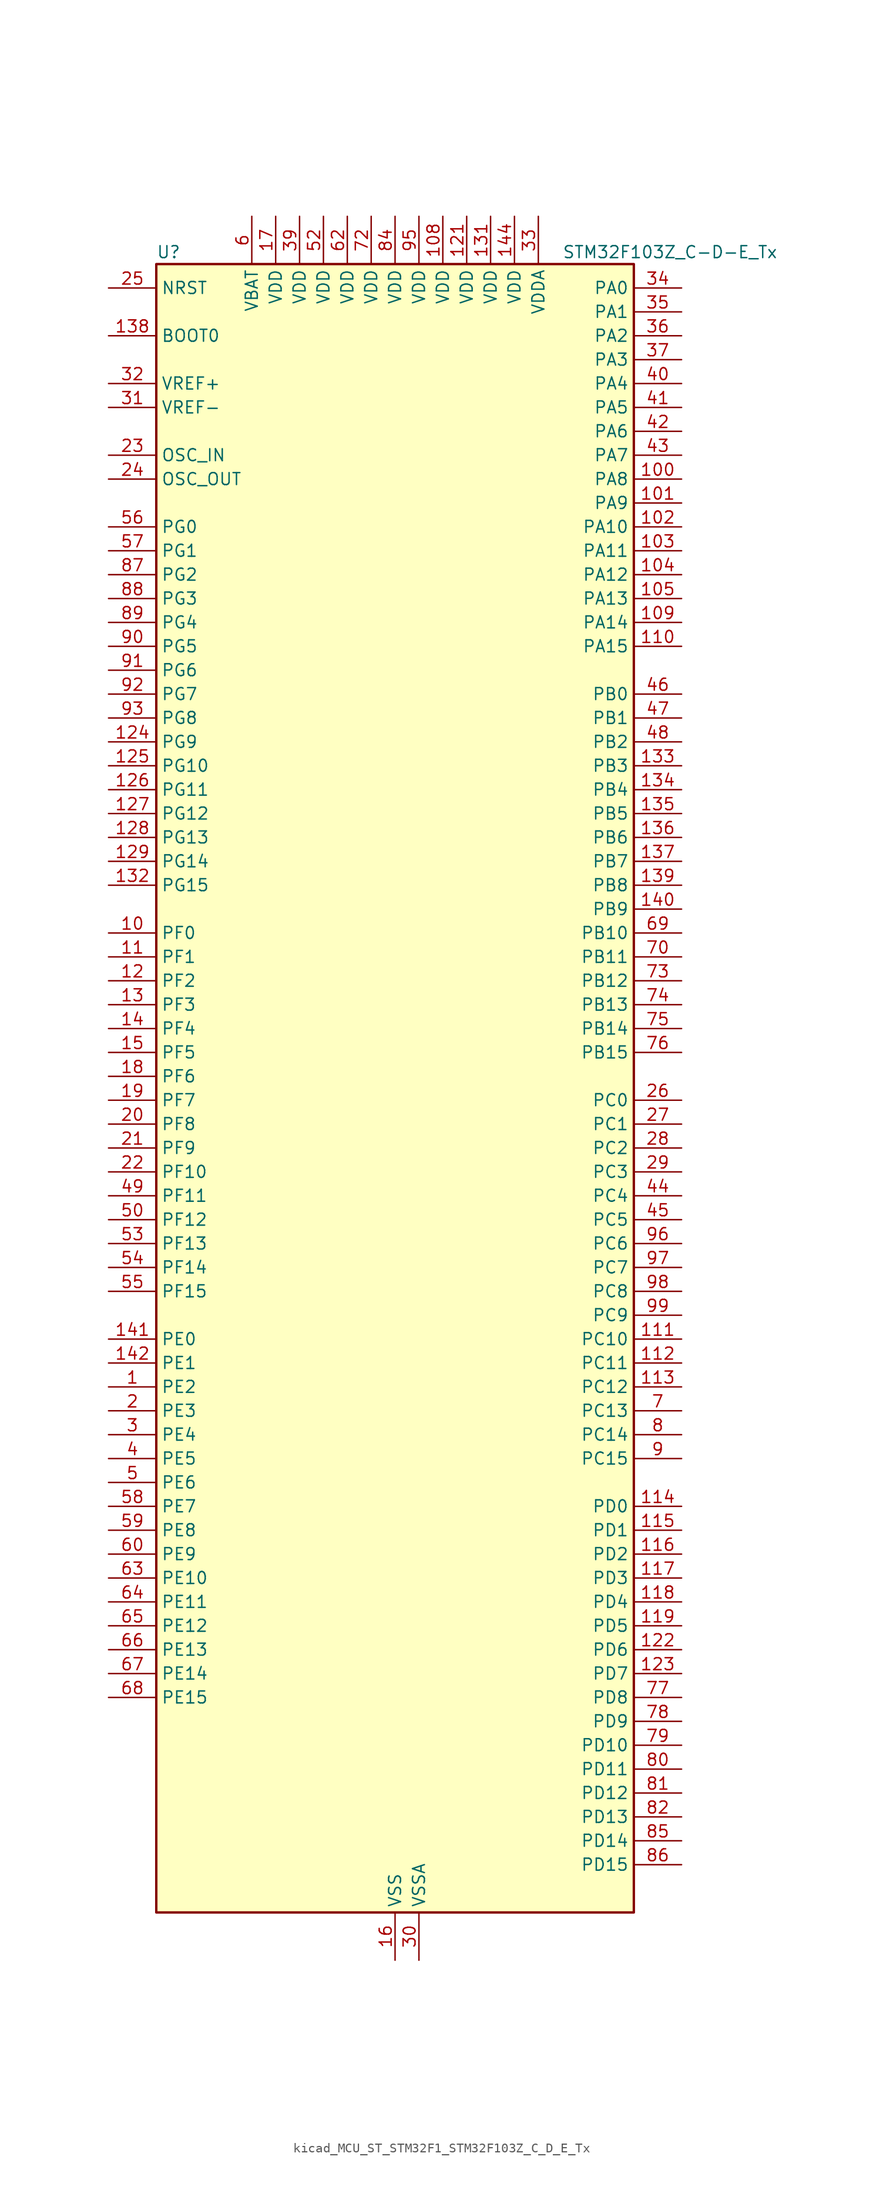
<source format=kicad_sym>
(kicad_symbol_lib
  (version 20220914)
  (generator kicad_symbol_editor)
  (symbol "kicad_MCU_ST_STM32F1_STM32F103Z_C_D_E_Tx"
    (property "Reference" "U"
      (at -25.4 90.17 0)
      (effects (font (size 1.27 1.27)) (justify left)))
    (property "Value" "STM32F103Z_C-D-E_Tx"
      (at 17.78 90.17 0)
      (effects (font (size 1.27 1.27)) (justify left)))
    (property "ki_locked" ""
      (at 0 0 0)
      (effects (font (size 1.27 1.27))))
    (symbol "kicad_MCU_ST_STM32F1_STM32F103Z_C_D_E_Tx_0_1"
      (rectangle (start -25.4 -86.36) (end 25.4 88.9) (stroke (width 0.254) (type default)) (fill (type background))))
    (symbol "kicad_MCU_ST_STM32F1_STM32F103Z_C_D_E_Tx_1_1"
      (pin bidirectional line (at -30.48 -30.48 0) (length 5.08) (name "PE2" (effects (font (size 1.27 1.27)))) (number "1" (effects (font (size 1.27 1.27)))) (alternate "FSMC_A23" bidirectional line) (alternate "SYS_TRACECLK" bidirectional line))
      (pin bidirectional line (at -30.48 17.78 0) (length 5.08) (name "PF0" (effects (font (size 1.27 1.27)))) (number "10" (effects (font (size 1.27 1.27)))) (alternate "FSMC_A0" bidirectional line))
      (pin bidirectional line (at 30.48 66.04 180) (length 5.08) (name "PA8" (effects (font (size 1.27 1.27)))) (number "100" (effects (font (size 1.27 1.27)))) (alternate "RCC_MCO" bidirectional line) (alternate "TIM1_CH1" bidirectional line) (alternate "USART1_CK" bidirectional line))
      (pin bidirectional line (at 30.48 63.5 180) (length 5.08) (name "PA9" (effects (font (size 1.27 1.27)))) (number "101" (effects (font (size 1.27 1.27)))) (alternate "DAC_EXTI9" bidirectional line) (alternate "TIM1_CH2" bidirectional line) (alternate "USART1_TX" bidirectional line))
      (pin bidirectional line (at 30.48 60.96 180) (length 5.08) (name "PA10" (effects (font (size 1.27 1.27)))) (number "102" (effects (font (size 1.27 1.27)))) (alternate "TIM1_CH3" bidirectional line) (alternate "USART1_RX" bidirectional line))
      (pin bidirectional line (at 30.48 58.42 180) (length 5.08) (name "PA11" (effects (font (size 1.27 1.27)))) (number "103" (effects (font (size 1.27 1.27)))) (alternate "ADC1_EXTI11" bidirectional line) (alternate "ADC2_EXTI11" bidirectional line) (alternate "CAN_RX" bidirectional line) (alternate "TIM1_CH4" bidirectional line) (alternate "USART1_CTS" bidirectional line) (alternate "USB_DM" bidirectional line))
      (pin bidirectional line (at 30.48 55.88 180) (length 5.08) (name "PA12" (effects (font (size 1.27 1.27)))) (number "104" (effects (font (size 1.27 1.27)))) (alternate "CAN_TX" bidirectional line) (alternate "TIM1_ETR" bidirectional line) (alternate "USART1_RTS" bidirectional line) (alternate "USB_DP" bidirectional line))
      (pin bidirectional line (at 30.48 53.34 180) (length 5.08) (name "PA13" (effects (font (size 1.27 1.27)))) (number "105" (effects (font (size 1.27 1.27)))) (alternate "SYS_JTMS-SWDIO" bidirectional line))
      (pin no_connect line (at -25.4 -86.36 0) (length 5.08) hide (name "NC" (effects (font (size 1.27 1.27)))) (number "106" (effects (font (size 1.27 1.27)))))
      (pin passive line (at 0 -91.44 90) (length 5.08) hide (name "VSS" (effects (font (size 1.27 1.27)))) (number "107" (effects (font (size 1.27 1.27)))))
      (pin power_in line (at 5.08 93.98 270) (length 5.08) (name "VDD" (effects (font (size 1.27 1.27)))) (number "108" (effects (font (size 1.27 1.27)))))
      (pin bidirectional line (at 30.48 50.8 180) (length 5.08) (name "PA14" (effects (font (size 1.27 1.27)))) (number "109" (effects (font (size 1.27 1.27)))) (alternate "SYS_JTCK-SWCLK" bidirectional line))
      (pin bidirectional line (at -30.48 15.24 0) (length 5.08) (name "PF1" (effects (font (size 1.27 1.27)))) (number "11" (effects (font (size 1.27 1.27)))) (alternate "FSMC_A1" bidirectional line))
      (pin bidirectional line (at 30.48 48.26 180) (length 5.08) (name "PA15" (effects (font (size 1.27 1.27)))) (number "110" (effects (font (size 1.27 1.27)))) (alternate "ADC1_EXTI15" bidirectional line) (alternate "ADC2_EXTI15" bidirectional line) (alternate "I2S3_WS" bidirectional line) (alternate "SPI1_NSS" bidirectional line) (alternate "SPI3_NSS" bidirectional line) (alternate "SYS_JTDI" bidirectional line) (alternate "TIM2_CH1" bidirectional line) (alternate "TIM2_ETR" bidirectional line))
      (pin bidirectional line (at 30.48 -25.4 180) (length 5.08) (name "PC10" (effects (font (size 1.27 1.27)))) (number "111" (effects (font (size 1.27 1.27)))) (alternate "SDIO_D2" bidirectional line) (alternate "UART4_TX" bidirectional line) (alternate "USART3_TX" bidirectional line))
      (pin bidirectional line (at 30.48 -27.94 180) (length 5.08) (name "PC11" (effects (font (size 1.27 1.27)))) (number "112" (effects (font (size 1.27 1.27)))) (alternate "ADC1_EXTI11" bidirectional line) (alternate "ADC2_EXTI11" bidirectional line) (alternate "SDIO_D3" bidirectional line) (alternate "UART4_RX" bidirectional line) (alternate "USART3_RX" bidirectional line))
      (pin bidirectional line (at 30.48 -30.48 180) (length 5.08) (name "PC12" (effects (font (size 1.27 1.27)))) (number "113" (effects (font (size 1.27 1.27)))) (alternate "SDIO_CK" bidirectional line) (alternate "UART5_TX" bidirectional line) (alternate "USART3_CK" bidirectional line))
      (pin bidirectional line (at 30.48 -43.18 180) (length 5.08) (name "PD0" (effects (font (size 1.27 1.27)))) (number "114" (effects (font (size 1.27 1.27)))) (alternate "CAN_RX" bidirectional line) (alternate "FSMC_D2" bidirectional line) (alternate "FSMC_DA2" bidirectional line))
      (pin bidirectional line (at 30.48 -45.72 180) (length 5.08) (name "PD1" (effects (font (size 1.27 1.27)))) (number "115" (effects (font (size 1.27 1.27)))) (alternate "CAN_TX" bidirectional line) (alternate "FSMC_D3" bidirectional line) (alternate "FSMC_DA3" bidirectional line))
      (pin bidirectional line (at 30.48 -48.26 180) (length 5.08) (name "PD2" (effects (font (size 1.27 1.27)))) (number "116" (effects (font (size 1.27 1.27)))) (alternate "SDIO_CMD" bidirectional line) (alternate "TIM3_ETR" bidirectional line) (alternate "UART5_RX" bidirectional line))
      (pin bidirectional line (at 30.48 -50.8 180) (length 5.08) (name "PD3" (effects (font (size 1.27 1.27)))) (number "117" (effects (font (size 1.27 1.27)))) (alternate "FSMC_CLK" bidirectional line) (alternate "USART2_CTS" bidirectional line))
      (pin bidirectional line (at 30.48 -53.34 180) (length 5.08) (name "PD4" (effects (font (size 1.27 1.27)))) (number "118" (effects (font (size 1.27 1.27)))) (alternate "FSMC_NOE" bidirectional line) (alternate "USART2_RTS" bidirectional line))
      (pin bidirectional line (at 30.48 -55.88 180) (length 5.08) (name "PD5" (effects (font (size 1.27 1.27)))) (number "119" (effects (font (size 1.27 1.27)))) (alternate "FSMC_NWE" bidirectional line) (alternate "USART2_TX" bidirectional line))
      (pin bidirectional line (at -30.48 12.7 0) (length 5.08) (name "PF2" (effects (font (size 1.27 1.27)))) (number "12" (effects (font (size 1.27 1.27)))) (alternate "FSMC_A2" bidirectional line))
      (pin passive line (at 0 -91.44 90) (length 5.08) hide (name "VSS" (effects (font (size 1.27 1.27)))) (number "120" (effects (font (size 1.27 1.27)))))
      (pin power_in line (at 7.62 93.98 270) (length 5.08) (name "VDD" (effects (font (size 1.27 1.27)))) (number "121" (effects (font (size 1.27 1.27)))))
      (pin bidirectional line (at 30.48 -58.42 180) (length 5.08) (name "PD6" (effects (font (size 1.27 1.27)))) (number "122" (effects (font (size 1.27 1.27)))) (alternate "FSMC_NWAIT" bidirectional line) (alternate "USART2_RX" bidirectional line))
      (pin bidirectional line (at 30.48 -60.96 180) (length 5.08) (name "PD7" (effects (font (size 1.27 1.27)))) (number "123" (effects (font (size 1.27 1.27)))) (alternate "FSMC_NCE2" bidirectional line) (alternate "FSMC_NE1" bidirectional line) (alternate "USART2_CK" bidirectional line))
      (pin bidirectional line (at -30.48 38.1 0) (length 5.08) (name "PG9" (effects (font (size 1.27 1.27)))) (number "124" (effects (font (size 1.27 1.27)))) (alternate "DAC_EXTI9" bidirectional line) (alternate "FSMC_NCE3" bidirectional line) (alternate "FSMC_NE2" bidirectional line))
      (pin bidirectional line (at -30.48 35.56 0) (length 5.08) (name "PG10" (effects (font (size 1.27 1.27)))) (number "125" (effects (font (size 1.27 1.27)))) (alternate "FSMC_NCE4_1" bidirectional line) (alternate "FSMC_NE3" bidirectional line))
      (pin bidirectional line (at -30.48 33.02 0) (length 5.08) (name "PG11" (effects (font (size 1.27 1.27)))) (number "126" (effects (font (size 1.27 1.27)))) (alternate "ADC1_EXTI11" bidirectional line) (alternate "ADC2_EXTI11" bidirectional line) (alternate "FSMC_NCE4_2" bidirectional line))
      (pin bidirectional line (at -30.48 30.48 0) (length 5.08) (name "PG12" (effects (font (size 1.27 1.27)))) (number "127" (effects (font (size 1.27 1.27)))) (alternate "FSMC_NE4" bidirectional line))
      (pin bidirectional line (at -30.48 27.94 0) (length 5.08) (name "PG13" (effects (font (size 1.27 1.27)))) (number "128" (effects (font (size 1.27 1.27)))) (alternate "FSMC_A24" bidirectional line))
      (pin bidirectional line (at -30.48 25.4 0) (length 5.08) (name "PG14" (effects (font (size 1.27 1.27)))) (number "129" (effects (font (size 1.27 1.27)))) (alternate "FSMC_A25" bidirectional line))
      (pin bidirectional line (at -30.48 10.16 0) (length 5.08) (name "PF3" (effects (font (size 1.27 1.27)))) (number "13" (effects (font (size 1.27 1.27)))) (alternate "FSMC_A3" bidirectional line))
      (pin passive line (at 0 -91.44 90) (length 5.08) hide (name "VSS" (effects (font (size 1.27 1.27)))) (number "130" (effects (font (size 1.27 1.27)))))
      (pin power_in line (at 10.16 93.98 270) (length 5.08) (name "VDD" (effects (font (size 1.27 1.27)))) (number "131" (effects (font (size 1.27 1.27)))))
      (pin bidirectional line (at -30.48 22.86 0) (length 5.08) (name "PG15" (effects (font (size 1.27 1.27)))) (number "132" (effects (font (size 1.27 1.27)))) (alternate "ADC1_EXTI15" bidirectional line) (alternate "ADC2_EXTI15" bidirectional line))
      (pin bidirectional line (at 30.48 35.56 180) (length 5.08) (name "PB3" (effects (font (size 1.27 1.27)))) (number "133" (effects (font (size 1.27 1.27)))) (alternate "I2S3_CK" bidirectional line) (alternate "SPI1_SCK" bidirectional line) (alternate "SPI3_SCK" bidirectional line) (alternate "SYS_JTDO-TRACESWO" bidirectional line) (alternate "TIM2_CH2" bidirectional line))
      (pin bidirectional line (at 30.48 33.02 180) (length 5.08) (name "PB4" (effects (font (size 1.27 1.27)))) (number "134" (effects (font (size 1.27 1.27)))) (alternate "SPI1_MISO" bidirectional line) (alternate "SPI3_MISO" bidirectional line) (alternate "SYS_NJTRST" bidirectional line) (alternate "TIM3_CH1" bidirectional line))
      (pin bidirectional line (at 30.48 30.48 180) (length 5.08) (name "PB5" (effects (font (size 1.27 1.27)))) (number "135" (effects (font (size 1.27 1.27)))) (alternate "I2C1_SMBA" bidirectional line) (alternate "I2S3_SD" bidirectional line) (alternate "SPI1_MOSI" bidirectional line) (alternate "SPI3_MOSI" bidirectional line) (alternate "TIM3_CH2" bidirectional line))
      (pin bidirectional line (at 30.48 27.94 180) (length 5.08) (name "PB6" (effects (font (size 1.27 1.27)))) (number "136" (effects (font (size 1.27 1.27)))) (alternate "I2C1_SCL" bidirectional line) (alternate "TIM4_CH1" bidirectional line) (alternate "USART1_TX" bidirectional line))
      (pin bidirectional line (at 30.48 25.4 180) (length 5.08) (name "PB7" (effects (font (size 1.27 1.27)))) (number "137" (effects (font (size 1.27 1.27)))) (alternate "FSMC_NL" bidirectional line) (alternate "I2C1_SDA" bidirectional line) (alternate "TIM4_CH2" bidirectional line) (alternate "USART1_RX" bidirectional line))
      (pin input line (at -30.48 81.28 0) (length 5.08) (name "BOOT0" (effects (font (size 1.27 1.27)))) (number "138" (effects (font (size 1.27 1.27)))))
      (pin bidirectional line (at 30.48 22.86 180) (length 5.08) (name "PB8" (effects (font (size 1.27 1.27)))) (number "139" (effects (font (size 1.27 1.27)))) (alternate "CAN_RX" bidirectional line) (alternate "I2C1_SCL" bidirectional line) (alternate "SDIO_D4" bidirectional line) (alternate "TIM4_CH3" bidirectional line))
      (pin bidirectional line (at -30.48 7.62 0) (length 5.08) (name "PF4" (effects (font (size 1.27 1.27)))) (number "14" (effects (font (size 1.27 1.27)))) (alternate "FSMC_A4" bidirectional line))
      (pin bidirectional line (at 30.48 20.32 180) (length 5.08) (name "PB9" (effects (font (size 1.27 1.27)))) (number "140" (effects (font (size 1.27 1.27)))) (alternate "CAN_TX" bidirectional line) (alternate "DAC_EXTI9" bidirectional line) (alternate "I2C1_SDA" bidirectional line) (alternate "SDIO_D5" bidirectional line) (alternate "TIM4_CH4" bidirectional line))
      (pin bidirectional line (at -30.48 -25.4 0) (length 5.08) (name "PE0" (effects (font (size 1.27 1.27)))) (number "141" (effects (font (size 1.27 1.27)))) (alternate "FSMC_NBL0" bidirectional line) (alternate "TIM4_ETR" bidirectional line))
      (pin bidirectional line (at -30.48 -27.94 0) (length 5.08) (name "PE1" (effects (font (size 1.27 1.27)))) (number "142" (effects (font (size 1.27 1.27)))) (alternate "FSMC_NBL1" bidirectional line))
      (pin passive line (at 0 -91.44 90) (length 5.08) hide (name "VSS" (effects (font (size 1.27 1.27)))) (number "143" (effects (font (size 1.27 1.27)))))
      (pin power_in line (at 12.7 93.98 270) (length 5.08) (name "VDD" (effects (font (size 1.27 1.27)))) (number "144" (effects (font (size 1.27 1.27)))))
      (pin bidirectional line (at -30.48 5.08 0) (length 5.08) (name "PF5" (effects (font (size 1.27 1.27)))) (number "15" (effects (font (size 1.27 1.27)))) (alternate "FSMC_A5" bidirectional line))
      (pin power_in line (at 0 -91.44 90) (length 5.08) (name "VSS" (effects (font (size 1.27 1.27)))) (number "16" (effects (font (size 1.27 1.27)))))
      (pin power_in line (at -12.7 93.98 270) (length 5.08) (name "VDD" (effects (font (size 1.27 1.27)))) (number "17" (effects (font (size 1.27 1.27)))))
      (pin bidirectional line (at -30.48 2.54 0) (length 5.08) (name "PF6" (effects (font (size 1.27 1.27)))) (number "18" (effects (font (size 1.27 1.27)))) (alternate "ADC3_IN4" bidirectional line) (alternate "FSMC_NIORD" bidirectional line))
      (pin bidirectional line (at -30.48 0 0) (length 5.08) (name "PF7" (effects (font (size 1.27 1.27)))) (number "19" (effects (font (size 1.27 1.27)))) (alternate "ADC3_IN5" bidirectional line) (alternate "FSMC_NREG" bidirectional line))
      (pin bidirectional line (at -30.48 -33.02 0) (length 5.08) (name "PE3" (effects (font (size 1.27 1.27)))) (number "2" (effects (font (size 1.27 1.27)))) (alternate "FSMC_A19" bidirectional line) (alternate "SYS_TRACED0" bidirectional line))
      (pin bidirectional line (at -30.48 -2.54 0) (length 5.08) (name "PF8" (effects (font (size 1.27 1.27)))) (number "20" (effects (font (size 1.27 1.27)))) (alternate "ADC3_IN6" bidirectional line) (alternate "FSMC_NIOWR" bidirectional line))
      (pin bidirectional line (at -30.48 -5.08 0) (length 5.08) (name "PF9" (effects (font (size 1.27 1.27)))) (number "21" (effects (font (size 1.27 1.27)))) (alternate "ADC3_IN7" bidirectional line) (alternate "DAC_EXTI9" bidirectional line) (alternate "FSMC_CD" bidirectional line))
      (pin bidirectional line (at -30.48 -7.62 0) (length 5.08) (name "PF10" (effects (font (size 1.27 1.27)))) (number "22" (effects (font (size 1.27 1.27)))) (alternate "ADC3_IN8" bidirectional line) (alternate "FSMC_INTR" bidirectional line))
      (pin input line (at -30.48 68.58 0) (length 5.08) (name "OSC_IN" (effects (font (size 1.27 1.27)))) (number "23" (effects (font (size 1.27 1.27)))) (alternate "RCC_OSC_IN" bidirectional line))
      (pin input line (at -30.48 66.04 0) (length 5.08) (name "OSC_OUT" (effects (font (size 1.27 1.27)))) (number "24" (effects (font (size 1.27 1.27)))) (alternate "RCC_OSC_OUT" bidirectional line))
      (pin input line (at -30.48 86.36 0) (length 5.08) (name "NRST" (effects (font (size 1.27 1.27)))) (number "25" (effects (font (size 1.27 1.27)))))
      (pin bidirectional line (at 30.48 0 180) (length 5.08) (name "PC0" (effects (font (size 1.27 1.27)))) (number "26" (effects (font (size 1.27 1.27)))) (alternate "ADC1_IN10" bidirectional line) (alternate "ADC2_IN10" bidirectional line) (alternate "ADC3_IN10" bidirectional line))
      (pin bidirectional line (at 30.48 -2.54 180) (length 5.08) (name "PC1" (effects (font (size 1.27 1.27)))) (number "27" (effects (font (size 1.27 1.27)))) (alternate "ADC1_IN11" bidirectional line) (alternate "ADC2_IN11" bidirectional line) (alternate "ADC3_IN11" bidirectional line))
      (pin bidirectional line (at 30.48 -5.08 180) (length 5.08) (name "PC2" (effects (font (size 1.27 1.27)))) (number "28" (effects (font (size 1.27 1.27)))) (alternate "ADC1_IN12" bidirectional line) (alternate "ADC2_IN12" bidirectional line) (alternate "ADC3_IN12" bidirectional line))
      (pin bidirectional line (at 30.48 -7.62 180) (length 5.08) (name "PC3" (effects (font (size 1.27 1.27)))) (number "29" (effects (font (size 1.27 1.27)))) (alternate "ADC1_IN13" bidirectional line) (alternate "ADC2_IN13" bidirectional line) (alternate "ADC3_IN13" bidirectional line))
      (pin bidirectional line (at -30.48 -35.56 0) (length 5.08) (name "PE4" (effects (font (size 1.27 1.27)))) (number "3" (effects (font (size 1.27 1.27)))) (alternate "FSMC_A20" bidirectional line) (alternate "SYS_TRACED1" bidirectional line))
      (pin power_in line (at 2.54 -91.44 90) (length 5.08) (name "VSSA" (effects (font (size 1.27 1.27)))) (number "30" (effects (font (size 1.27 1.27)))))
      (pin input line (at -30.48 73.66 0) (length 5.08) (name "VREF-" (effects (font (size 1.27 1.27)))) (number "31" (effects (font (size 1.27 1.27)))))
      (pin input line (at -30.48 76.2 0) (length 5.08) (name "VREF+" (effects (font (size 1.27 1.27)))) (number "32" (effects (font (size 1.27 1.27)))))
      (pin power_in line (at 15.24 93.98 270) (length 5.08) (name "VDDA" (effects (font (size 1.27 1.27)))) (number "33" (effects (font (size 1.27 1.27)))))
      (pin bidirectional line (at 30.48 86.36 180) (length 5.08) (name "PA0" (effects (font (size 1.27 1.27)))) (number "34" (effects (font (size 1.27 1.27)))) (alternate "ADC1_IN0" bidirectional line) (alternate "ADC2_IN0" bidirectional line) (alternate "ADC3_IN0" bidirectional line) (alternate "SYS_WKUP" bidirectional line) (alternate "TIM2_CH1" bidirectional line) (alternate "TIM2_ETR" bidirectional line) (alternate "TIM5_CH1" bidirectional line) (alternate "TIM8_ETR" bidirectional line) (alternate "USART2_CTS" bidirectional line))
      (pin bidirectional line (at 30.48 83.82 180) (length 5.08) (name "PA1" (effects (font (size 1.27 1.27)))) (number "35" (effects (font (size 1.27 1.27)))) (alternate "ADC1_IN1" bidirectional line) (alternate "ADC2_IN1" bidirectional line) (alternate "ADC3_IN1" bidirectional line) (alternate "TIM2_CH2" bidirectional line) (alternate "TIM5_CH2" bidirectional line) (alternate "USART2_RTS" bidirectional line))
      (pin bidirectional line (at 30.48 81.28 180) (length 5.08) (name "PA2" (effects (font (size 1.27 1.27)))) (number "36" (effects (font (size 1.27 1.27)))) (alternate "ADC1_IN2" bidirectional line) (alternate "ADC2_IN2" bidirectional line) (alternate "ADC3_IN2" bidirectional line) (alternate "TIM2_CH3" bidirectional line) (alternate "TIM5_CH3" bidirectional line) (alternate "USART2_TX" bidirectional line))
      (pin bidirectional line (at 30.48 78.74 180) (length 5.08) (name "PA3" (effects (font (size 1.27 1.27)))) (number "37" (effects (font (size 1.27 1.27)))) (alternate "ADC1_IN3" bidirectional line) (alternate "ADC2_IN3" bidirectional line) (alternate "ADC3_IN3" bidirectional line) (alternate "TIM2_CH4" bidirectional line) (alternate "TIM5_CH4" bidirectional line) (alternate "USART2_RX" bidirectional line))
      (pin passive line (at 0 -91.44 90) (length 5.08) hide (name "VSS" (effects (font (size 1.27 1.27)))) (number "38" (effects (font (size 1.27 1.27)))))
      (pin power_in line (at -10.16 93.98 270) (length 5.08) (name "VDD" (effects (font (size 1.27 1.27)))) (number "39" (effects (font (size 1.27 1.27)))))
      (pin bidirectional line (at -30.48 -38.1 0) (length 5.08) (name "PE5" (effects (font (size 1.27 1.27)))) (number "4" (effects (font (size 1.27 1.27)))) (alternate "FSMC_A21" bidirectional line) (alternate "SYS_TRACED2" bidirectional line))
      (pin bidirectional line (at 30.48 76.2 180) (length 5.08) (name "PA4" (effects (font (size 1.27 1.27)))) (number "40" (effects (font (size 1.27 1.27)))) (alternate "ADC1_IN4" bidirectional line) (alternate "ADC2_IN4" bidirectional line) (alternate "DAC_OUT1" bidirectional line) (alternate "SPI1_NSS" bidirectional line) (alternate "USART2_CK" bidirectional line))
      (pin bidirectional line (at 30.48 73.66 180) (length 5.08) (name "PA5" (effects (font (size 1.27 1.27)))) (number "41" (effects (font (size 1.27 1.27)))) (alternate "ADC1_IN5" bidirectional line) (alternate "ADC2_IN5" bidirectional line) (alternate "DAC_OUT2" bidirectional line) (alternate "SPI1_SCK" bidirectional line))
      (pin bidirectional line (at 30.48 71.12 180) (length 5.08) (name "PA6" (effects (font (size 1.27 1.27)))) (number "42" (effects (font (size 1.27 1.27)))) (alternate "ADC1_IN6" bidirectional line) (alternate "ADC2_IN6" bidirectional line) (alternate "SPI1_MISO" bidirectional line) (alternate "TIM1_BKIN" bidirectional line) (alternate "TIM3_CH1" bidirectional line) (alternate "TIM8_BKIN" bidirectional line))
      (pin bidirectional line (at 30.48 68.58 180) (length 5.08) (name "PA7" (effects (font (size 1.27 1.27)))) (number "43" (effects (font (size 1.27 1.27)))) (alternate "ADC1_IN7" bidirectional line) (alternate "ADC2_IN7" bidirectional line) (alternate "SPI1_MOSI" bidirectional line) (alternate "TIM1_CH1N" bidirectional line) (alternate "TIM3_CH2" bidirectional line) (alternate "TIM8_CH1N" bidirectional line))
      (pin bidirectional line (at 30.48 -10.16 180) (length 5.08) (name "PC4" (effects (font (size 1.27 1.27)))) (number "44" (effects (font (size 1.27 1.27)))) (alternate "ADC1_IN14" bidirectional line) (alternate "ADC2_IN14" bidirectional line))
      (pin bidirectional line (at 30.48 -12.7 180) (length 5.08) (name "PC5" (effects (font (size 1.27 1.27)))) (number "45" (effects (font (size 1.27 1.27)))) (alternate "ADC1_IN15" bidirectional line) (alternate "ADC2_IN15" bidirectional line))
      (pin bidirectional line (at 30.48 43.18 180) (length 5.08) (name "PB0" (effects (font (size 1.27 1.27)))) (number "46" (effects (font (size 1.27 1.27)))) (alternate "ADC1_IN8" bidirectional line) (alternate "ADC2_IN8" bidirectional line) (alternate "TIM1_CH2N" bidirectional line) (alternate "TIM3_CH3" bidirectional line) (alternate "TIM8_CH2N" bidirectional line))
      (pin bidirectional line (at 30.48 40.64 180) (length 5.08) (name "PB1" (effects (font (size 1.27 1.27)))) (number "47" (effects (font (size 1.27 1.27)))) (alternate "ADC1_IN9" bidirectional line) (alternate "ADC2_IN9" bidirectional line) (alternate "TIM1_CH3N" bidirectional line) (alternate "TIM3_CH4" bidirectional line) (alternate "TIM8_CH3N" bidirectional line))
      (pin bidirectional line (at 30.48 38.1 180) (length 5.08) (name "PB2" (effects (font (size 1.27 1.27)))) (number "48" (effects (font (size 1.27 1.27)))))
      (pin bidirectional line (at -30.48 -10.16 0) (length 5.08) (name "PF11" (effects (font (size 1.27 1.27)))) (number "49" (effects (font (size 1.27 1.27)))) (alternate "ADC1_EXTI11" bidirectional line) (alternate "ADC2_EXTI11" bidirectional line) (alternate "FSMC_NIOS16" bidirectional line))
      (pin bidirectional line (at -30.48 -40.64 0) (length 5.08) (name "PE6" (effects (font (size 1.27 1.27)))) (number "5" (effects (font (size 1.27 1.27)))) (alternate "FSMC_A22" bidirectional line) (alternate "SYS_TRACED3" bidirectional line))
      (pin bidirectional line (at -30.48 -12.7 0) (length 5.08) (name "PF12" (effects (font (size 1.27 1.27)))) (number "50" (effects (font (size 1.27 1.27)))) (alternate "FSMC_A6" bidirectional line))
      (pin passive line (at 0 -91.44 90) (length 5.08) hide (name "VSS" (effects (font (size 1.27 1.27)))) (number "51" (effects (font (size 1.27 1.27)))))
      (pin power_in line (at -7.62 93.98 270) (length 5.08) (name "VDD" (effects (font (size 1.27 1.27)))) (number "52" (effects (font (size 1.27 1.27)))))
      (pin bidirectional line (at -30.48 -15.24 0) (length 5.08) (name "PF13" (effects (font (size 1.27 1.27)))) (number "53" (effects (font (size 1.27 1.27)))) (alternate "FSMC_A7" bidirectional line))
      (pin bidirectional line (at -30.48 -17.78 0) (length 5.08) (name "PF14" (effects (font (size 1.27 1.27)))) (number "54" (effects (font (size 1.27 1.27)))) (alternate "FSMC_A8" bidirectional line))
      (pin bidirectional line (at -30.48 -20.32 0) (length 5.08) (name "PF15" (effects (font (size 1.27 1.27)))) (number "55" (effects (font (size 1.27 1.27)))) (alternate "ADC1_EXTI15" bidirectional line) (alternate "ADC2_EXTI15" bidirectional line) (alternate "FSMC_A9" bidirectional line))
      (pin bidirectional line (at -30.48 60.96 0) (length 5.08) (name "PG0" (effects (font (size 1.27 1.27)))) (number "56" (effects (font (size 1.27 1.27)))) (alternate "FSMC_A10" bidirectional line))
      (pin bidirectional line (at -30.48 58.42 0) (length 5.08) (name "PG1" (effects (font (size 1.27 1.27)))) (number "57" (effects (font (size 1.27 1.27)))) (alternate "FSMC_A11" bidirectional line))
      (pin bidirectional line (at -30.48 -43.18 0) (length 5.08) (name "PE7" (effects (font (size 1.27 1.27)))) (number "58" (effects (font (size 1.27 1.27)))) (alternate "FSMC_D4" bidirectional line) (alternate "FSMC_DA4" bidirectional line) (alternate "TIM1_ETR" bidirectional line))
      (pin bidirectional line (at -30.48 -45.72 0) (length 5.08) (name "PE8" (effects (font (size 1.27 1.27)))) (number "59" (effects (font (size 1.27 1.27)))) (alternate "FSMC_D5" bidirectional line) (alternate "FSMC_DA5" bidirectional line) (alternate "TIM1_CH1N" bidirectional line))
      (pin power_in line (at -15.24 93.98 270) (length 5.08) (name "VBAT" (effects (font (size 1.27 1.27)))) (number "6" (effects (font (size 1.27 1.27)))))
      (pin bidirectional line (at -30.48 -48.26 0) (length 5.08) (name "PE9" (effects (font (size 1.27 1.27)))) (number "60" (effects (font (size 1.27 1.27)))) (alternate "DAC_EXTI9" bidirectional line) (alternate "FSMC_D6" bidirectional line) (alternate "FSMC_DA6" bidirectional line) (alternate "TIM1_CH1" bidirectional line))
      (pin passive line (at 0 -91.44 90) (length 5.08) hide (name "VSS" (effects (font (size 1.27 1.27)))) (number "61" (effects (font (size 1.27 1.27)))))
      (pin power_in line (at -5.08 93.98 270) (length 5.08) (name "VDD" (effects (font (size 1.27 1.27)))) (number "62" (effects (font (size 1.27 1.27)))))
      (pin bidirectional line (at -30.48 -50.8 0) (length 5.08) (name "PE10" (effects (font (size 1.27 1.27)))) (number "63" (effects (font (size 1.27 1.27)))) (alternate "FSMC_D7" bidirectional line) (alternate "FSMC_DA7" bidirectional line) (alternate "TIM1_CH2N" bidirectional line))
      (pin bidirectional line (at -30.48 -53.34 0) (length 5.08) (name "PE11" (effects (font (size 1.27 1.27)))) (number "64" (effects (font (size 1.27 1.27)))) (alternate "ADC1_EXTI11" bidirectional line) (alternate "ADC2_EXTI11" bidirectional line) (alternate "FSMC_D8" bidirectional line) (alternate "FSMC_DA8" bidirectional line) (alternate "TIM1_CH2" bidirectional line))
      (pin bidirectional line (at -30.48 -55.88 0) (length 5.08) (name "PE12" (effects (font (size 1.27 1.27)))) (number "65" (effects (font (size 1.27 1.27)))) (alternate "FSMC_D9" bidirectional line) (alternate "FSMC_DA9" bidirectional line) (alternate "TIM1_CH3N" bidirectional line))
      (pin bidirectional line (at -30.48 -58.42 0) (length 5.08) (name "PE13" (effects (font (size 1.27 1.27)))) (number "66" (effects (font (size 1.27 1.27)))) (alternate "FSMC_D10" bidirectional line) (alternate "FSMC_DA10" bidirectional line) (alternate "TIM1_CH3" bidirectional line))
      (pin bidirectional line (at -30.48 -60.96 0) (length 5.08) (name "PE14" (effects (font (size 1.27 1.27)))) (number "67" (effects (font (size 1.27 1.27)))) (alternate "FSMC_D11" bidirectional line) (alternate "FSMC_DA11" bidirectional line) (alternate "TIM1_CH4" bidirectional line))
      (pin bidirectional line (at -30.48 -63.5 0) (length 5.08) (name "PE15" (effects (font (size 1.27 1.27)))) (number "68" (effects (font (size 1.27 1.27)))) (alternate "ADC1_EXTI15" bidirectional line) (alternate "ADC2_EXTI15" bidirectional line) (alternate "FSMC_D12" bidirectional line) (alternate "FSMC_DA12" bidirectional line) (alternate "TIM1_BKIN" bidirectional line))
      (pin bidirectional line (at 30.48 17.78 180) (length 5.08) (name "PB10" (effects (font (size 1.27 1.27)))) (number "69" (effects (font (size 1.27 1.27)))) (alternate "I2C2_SCL" bidirectional line) (alternate "TIM2_CH3" bidirectional line) (alternate "USART3_TX" bidirectional line))
      (pin bidirectional line (at 30.48 -33.02 180) (length 5.08) (name "PC13" (effects (font (size 1.27 1.27)))) (number "7" (effects (font (size 1.27 1.27)))) (alternate "RTC_OUT" bidirectional line) (alternate "RTC_TAMPER" bidirectional line))
      (pin bidirectional line (at 30.48 15.24 180) (length 5.08) (name "PB11" (effects (font (size 1.27 1.27)))) (number "70" (effects (font (size 1.27 1.27)))) (alternate "ADC1_EXTI11" bidirectional line) (alternate "ADC2_EXTI11" bidirectional line) (alternate "I2C2_SDA" bidirectional line) (alternate "TIM2_CH4" bidirectional line) (alternate "USART3_RX" bidirectional line))
      (pin passive line (at 0 -91.44 90) (length 5.08) hide (name "VSS" (effects (font (size 1.27 1.27)))) (number "71" (effects (font (size 1.27 1.27)))))
      (pin power_in line (at -2.54 93.98 270) (length 5.08) (name "VDD" (effects (font (size 1.27 1.27)))) (number "72" (effects (font (size 1.27 1.27)))))
      (pin bidirectional line (at 30.48 12.7 180) (length 5.08) (name "PB12" (effects (font (size 1.27 1.27)))) (number "73" (effects (font (size 1.27 1.27)))) (alternate "I2C2_SMBA" bidirectional line) (alternate "I2S2_WS" bidirectional line) (alternate "SPI2_NSS" bidirectional line) (alternate "TIM1_BKIN" bidirectional line) (alternate "USART3_CK" bidirectional line))
      (pin bidirectional line (at 30.48 10.16 180) (length 5.08) (name "PB13" (effects (font (size 1.27 1.27)))) (number "74" (effects (font (size 1.27 1.27)))) (alternate "I2S2_CK" bidirectional line) (alternate "SPI2_SCK" bidirectional line) (alternate "TIM1_CH1N" bidirectional line) (alternate "USART3_CTS" bidirectional line))
      (pin bidirectional line (at 30.48 7.62 180) (length 5.08) (name "PB14" (effects (font (size 1.27 1.27)))) (number "75" (effects (font (size 1.27 1.27)))) (alternate "SPI2_MISO" bidirectional line) (alternate "TIM1_CH2N" bidirectional line) (alternate "USART3_RTS" bidirectional line))
      (pin bidirectional line (at 30.48 5.08 180) (length 5.08) (name "PB15" (effects (font (size 1.27 1.27)))) (number "76" (effects (font (size 1.27 1.27)))) (alternate "ADC1_EXTI15" bidirectional line) (alternate "ADC2_EXTI15" bidirectional line) (alternate "I2S2_SD" bidirectional line) (alternate "SPI2_MOSI" bidirectional line) (alternate "TIM1_CH3N" bidirectional line))
      (pin bidirectional line (at 30.48 -63.5 180) (length 5.08) (name "PD8" (effects (font (size 1.27 1.27)))) (number "77" (effects (font (size 1.27 1.27)))) (alternate "FSMC_D13" bidirectional line) (alternate "FSMC_DA13" bidirectional line) (alternate "USART3_TX" bidirectional line))
      (pin bidirectional line (at 30.48 -66.04 180) (length 5.08) (name "PD9" (effects (font (size 1.27 1.27)))) (number "78" (effects (font (size 1.27 1.27)))) (alternate "DAC_EXTI9" bidirectional line) (alternate "FSMC_D14" bidirectional line) (alternate "FSMC_DA14" bidirectional line) (alternate "USART3_RX" bidirectional line))
      (pin bidirectional line (at 30.48 -68.58 180) (length 5.08) (name "PD10" (effects (font (size 1.27 1.27)))) (number "79" (effects (font (size 1.27 1.27)))) (alternate "FSMC_D15" bidirectional line) (alternate "FSMC_DA15" bidirectional line) (alternate "USART3_CK" bidirectional line))
      (pin bidirectional line (at 30.48 -35.56 180) (length 5.08) (name "PC14" (effects (font (size 1.27 1.27)))) (number "8" (effects (font (size 1.27 1.27)))) (alternate "RCC_OSC32_IN" bidirectional line))
      (pin bidirectional line (at 30.48 -71.12 180) (length 5.08) (name "PD11" (effects (font (size 1.27 1.27)))) (number "80" (effects (font (size 1.27 1.27)))) (alternate "ADC1_EXTI11" bidirectional line) (alternate "ADC2_EXTI11" bidirectional line) (alternate "FSMC_A16" bidirectional line) (alternate "FSMC_CLE" bidirectional line) (alternate "USART3_CTS" bidirectional line))
      (pin bidirectional line (at 30.48 -73.66 180) (length 5.08) (name "PD12" (effects (font (size 1.27 1.27)))) (number "81" (effects (font (size 1.27 1.27)))) (alternate "FSMC_A17" bidirectional line) (alternate "FSMC_ALE" bidirectional line) (alternate "TIM4_CH1" bidirectional line) (alternate "USART3_RTS" bidirectional line))
      (pin bidirectional line (at 30.48 -76.2 180) (length 5.08) (name "PD13" (effects (font (size 1.27 1.27)))) (number "82" (effects (font (size 1.27 1.27)))) (alternate "FSMC_A18" bidirectional line) (alternate "TIM4_CH2" bidirectional line))
      (pin passive line (at 0 -91.44 90) (length 5.08) hide (name "VSS" (effects (font (size 1.27 1.27)))) (number "83" (effects (font (size 1.27 1.27)))))
      (pin power_in line (at 0 93.98 270) (length 5.08) (name "VDD" (effects (font (size 1.27 1.27)))) (number "84" (effects (font (size 1.27 1.27)))))
      (pin bidirectional line (at 30.48 -78.74 180) (length 5.08) (name "PD14" (effects (font (size 1.27 1.27)))) (number "85" (effects (font (size 1.27 1.27)))) (alternate "FSMC_D0" bidirectional line) (alternate "FSMC_DA0" bidirectional line) (alternate "TIM4_CH3" bidirectional line))
      (pin bidirectional line (at 30.48 -81.28 180) (length 5.08) (name "PD15" (effects (font (size 1.27 1.27)))) (number "86" (effects (font (size 1.27 1.27)))) (alternate "ADC1_EXTI15" bidirectional line) (alternate "ADC2_EXTI15" bidirectional line) (alternate "FSMC_D1" bidirectional line) (alternate "FSMC_DA1" bidirectional line) (alternate "TIM4_CH4" bidirectional line))
      (pin bidirectional line (at -30.48 55.88 0) (length 5.08) (name "PG2" (effects (font (size 1.27 1.27)))) (number "87" (effects (font (size 1.27 1.27)))) (alternate "FSMC_A12" bidirectional line))
      (pin bidirectional line (at -30.48 53.34 0) (length 5.08) (name "PG3" (effects (font (size 1.27 1.27)))) (number "88" (effects (font (size 1.27 1.27)))) (alternate "FSMC_A13" bidirectional line))
      (pin bidirectional line (at -30.48 50.8 0) (length 5.08) (name "PG4" (effects (font (size 1.27 1.27)))) (number "89" (effects (font (size 1.27 1.27)))) (alternate "FSMC_A14" bidirectional line))
      (pin bidirectional line (at 30.48 -38.1 180) (length 5.08) (name "PC15" (effects (font (size 1.27 1.27)))) (number "9" (effects (font (size 1.27 1.27)))) (alternate "ADC1_EXTI15" bidirectional line) (alternate "ADC2_EXTI15" bidirectional line) (alternate "RCC_OSC32_OUT" bidirectional line))
      (pin bidirectional line (at -30.48 48.26 0) (length 5.08) (name "PG5" (effects (font (size 1.27 1.27)))) (number "90" (effects (font (size 1.27 1.27)))) (alternate "FSMC_A15" bidirectional line))
      (pin bidirectional line (at -30.48 45.72 0) (length 5.08) (name "PG6" (effects (font (size 1.27 1.27)))) (number "91" (effects (font (size 1.27 1.27)))) (alternate "FSMC_INT2" bidirectional line))
      (pin bidirectional line (at -30.48 43.18 0) (length 5.08) (name "PG7" (effects (font (size 1.27 1.27)))) (number "92" (effects (font (size 1.27 1.27)))) (alternate "FSMC_INT3" bidirectional line))
      (pin bidirectional line (at -30.48 40.64 0) (length 5.08) (name "PG8" (effects (font (size 1.27 1.27)))) (number "93" (effects (font (size 1.27 1.27)))))
      (pin passive line (at 0 -91.44 90) (length 5.08) hide (name "VSS" (effects (font (size 1.27 1.27)))) (number "94" (effects (font (size 1.27 1.27)))))
      (pin power_in line (at 2.54 93.98 270) (length 5.08) (name "VDD" (effects (font (size 1.27 1.27)))) (number "95" (effects (font (size 1.27 1.27)))))
      (pin bidirectional line (at 30.48 -15.24 180) (length 5.08) (name "PC6" (effects (font (size 1.27 1.27)))) (number "96" (effects (font (size 1.27 1.27)))) (alternate "I2S2_MCK" bidirectional line) (alternate "SDIO_D6" bidirectional line) (alternate "TIM3_CH1" bidirectional line) (alternate "TIM8_CH1" bidirectional line))
      (pin bidirectional line (at 30.48 -17.78 180) (length 5.08) (name "PC7" (effects (font (size 1.27 1.27)))) (number "97" (effects (font (size 1.27 1.27)))) (alternate "I2S3_MCK" bidirectional line) (alternate "SDIO_D7" bidirectional line) (alternate "TIM3_CH2" bidirectional line) (alternate "TIM8_CH2" bidirectional line))
      (pin bidirectional line (at 30.48 -20.32 180) (length 5.08) (name "PC8" (effects (font (size 1.27 1.27)))) (number "98" (effects (font (size 1.27 1.27)))) (alternate "SDIO_D0" bidirectional line) (alternate "TIM3_CH3" bidirectional line) (alternate "TIM8_CH3" bidirectional line))
      (pin bidirectional line (at 30.48 -22.86 180) (length 5.08) (name "PC9" (effects (font (size 1.27 1.27)))) (number "99" (effects (font (size 1.27 1.27)))) (alternate "DAC_EXTI9" bidirectional line) (alternate "SDIO_D1" bidirectional line) (alternate "TIM3_CH4" bidirectional line) (alternate "TIM8_CH4" bidirectional line)))))
</source>
